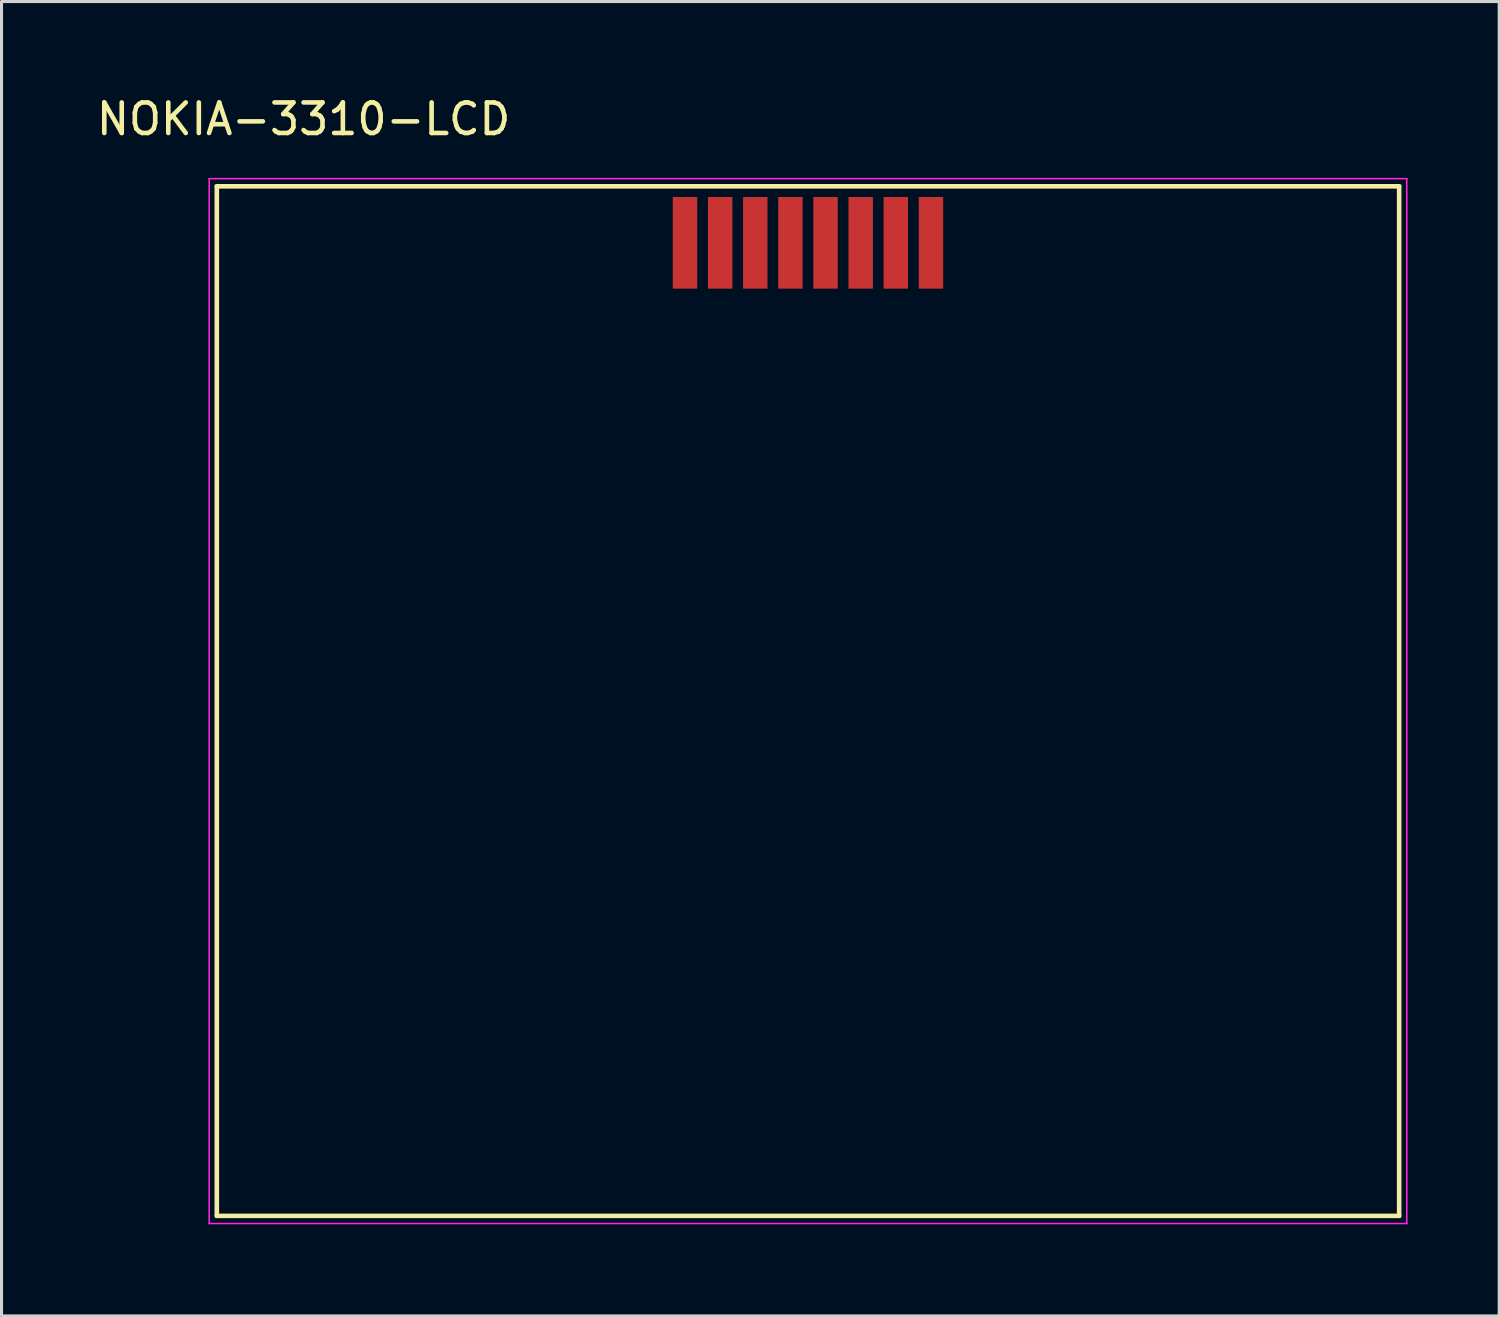
<source format=kicad_pcb>
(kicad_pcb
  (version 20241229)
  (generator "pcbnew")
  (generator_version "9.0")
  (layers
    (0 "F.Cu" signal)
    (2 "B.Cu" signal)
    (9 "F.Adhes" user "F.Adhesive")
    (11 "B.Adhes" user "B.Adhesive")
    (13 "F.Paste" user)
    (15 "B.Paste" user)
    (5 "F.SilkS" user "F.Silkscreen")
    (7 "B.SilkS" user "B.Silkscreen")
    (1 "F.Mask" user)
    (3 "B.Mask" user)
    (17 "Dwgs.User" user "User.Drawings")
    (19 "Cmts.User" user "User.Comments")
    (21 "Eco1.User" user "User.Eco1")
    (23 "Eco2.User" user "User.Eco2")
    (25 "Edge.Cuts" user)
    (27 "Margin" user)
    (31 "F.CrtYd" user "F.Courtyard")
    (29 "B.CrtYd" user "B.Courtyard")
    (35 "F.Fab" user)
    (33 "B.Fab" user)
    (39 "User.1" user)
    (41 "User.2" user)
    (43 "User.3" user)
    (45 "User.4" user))
  (footprint "NOKIA-3310-LCD"
    (layer "F.Cu")
    (at 23.397 19.898)
    (property "Reference" "NOKIA-3310-LCD" (at -16.51 -19.05 0) (layer "F.SilkS") (effects (font (size 1 1) (thickness 0.15))))
    (attr through_hole)
    (fp_line (start -19.35 -16.85) (end 19.35 -16.85) (stroke (width 0.15) (type solid)) (layer "F.SilkS"))
    (fp_line (start -19.35 16.85) (end -19.35 -16.85) (stroke (width 0.15) (type solid)) (layer "F.SilkS"))
    (fp_line (start 19.35 -16.85) (end 19.35 16.85) (stroke (width 0.15) (type solid)) (layer "F.SilkS"))
    (fp_line (start 19.35 16.85) (end -19.35 16.85) (stroke (width 0.15) (type solid)) (layer "F.SilkS"))
    (fp_line (start -19.6 -17.1) (end 19.6 -17.1) (stroke (width 0.05) (type solid)) (layer "F.CrtYd"))
    (fp_line (start -19.6 17.1) (end -19.6 -17.1) (stroke (width 0.05) (type solid)) (layer "F.CrtYd"))
    (fp_line (start 19.6 -17.1) (end 19.6 17.1) (stroke (width 0.05) (type solid)) (layer "F.CrtYd"))
    (fp_line (start 19.6 17.1) (end -19.6 17.1) (stroke (width 0.05) (type solid)) (layer "F.CrtYd"))
    (pad "1" smd rect (at 4.025 -15 180) (size 0.8 3) (layers "F.Cu" "F.Mask" "F.Paste"))
    (pad "2" smd rect (at 2.875 -15 180) (size 0.8 3) (layers "F.Cu" "F.Mask" "F.Paste"))
    (pad "3" smd rect (at 1.725 -15 180) (size 0.8 3) (layers "F.Cu" "F.Mask" "F.Paste"))
    (pad "4" smd rect (at 0.575 -15 180) (size 0.8 3) (layers "F.Cu" "F.Mask" "F.Paste"))
    (pad "5" smd rect (at -0.575 -15 180) (size 0.8 3) (layers "F.Cu" "F.Mask" "F.Paste"))
    (pad "6" smd rect (at -1.725 -15 180) (size 0.8 3) (layers "F.Cu" "F.Mask" "F.Paste"))
    (pad "7" smd rect (at -2.875 -15 180) (size 0.8 3) (layers "F.Cu" "F.Mask" "F.Paste"))
    (pad "8" smd rect (at -4.025 -15 180) (size 0.8 3) (layers "F.Cu" "F.Mask" "F.Paste")))
  (gr_rect
    (start -3 -3)
    (end 46.022 40.023)
    (stroke (width 0.1) (type default))
    (fill no)
    (layer "Edge.Cuts")))
</source>
